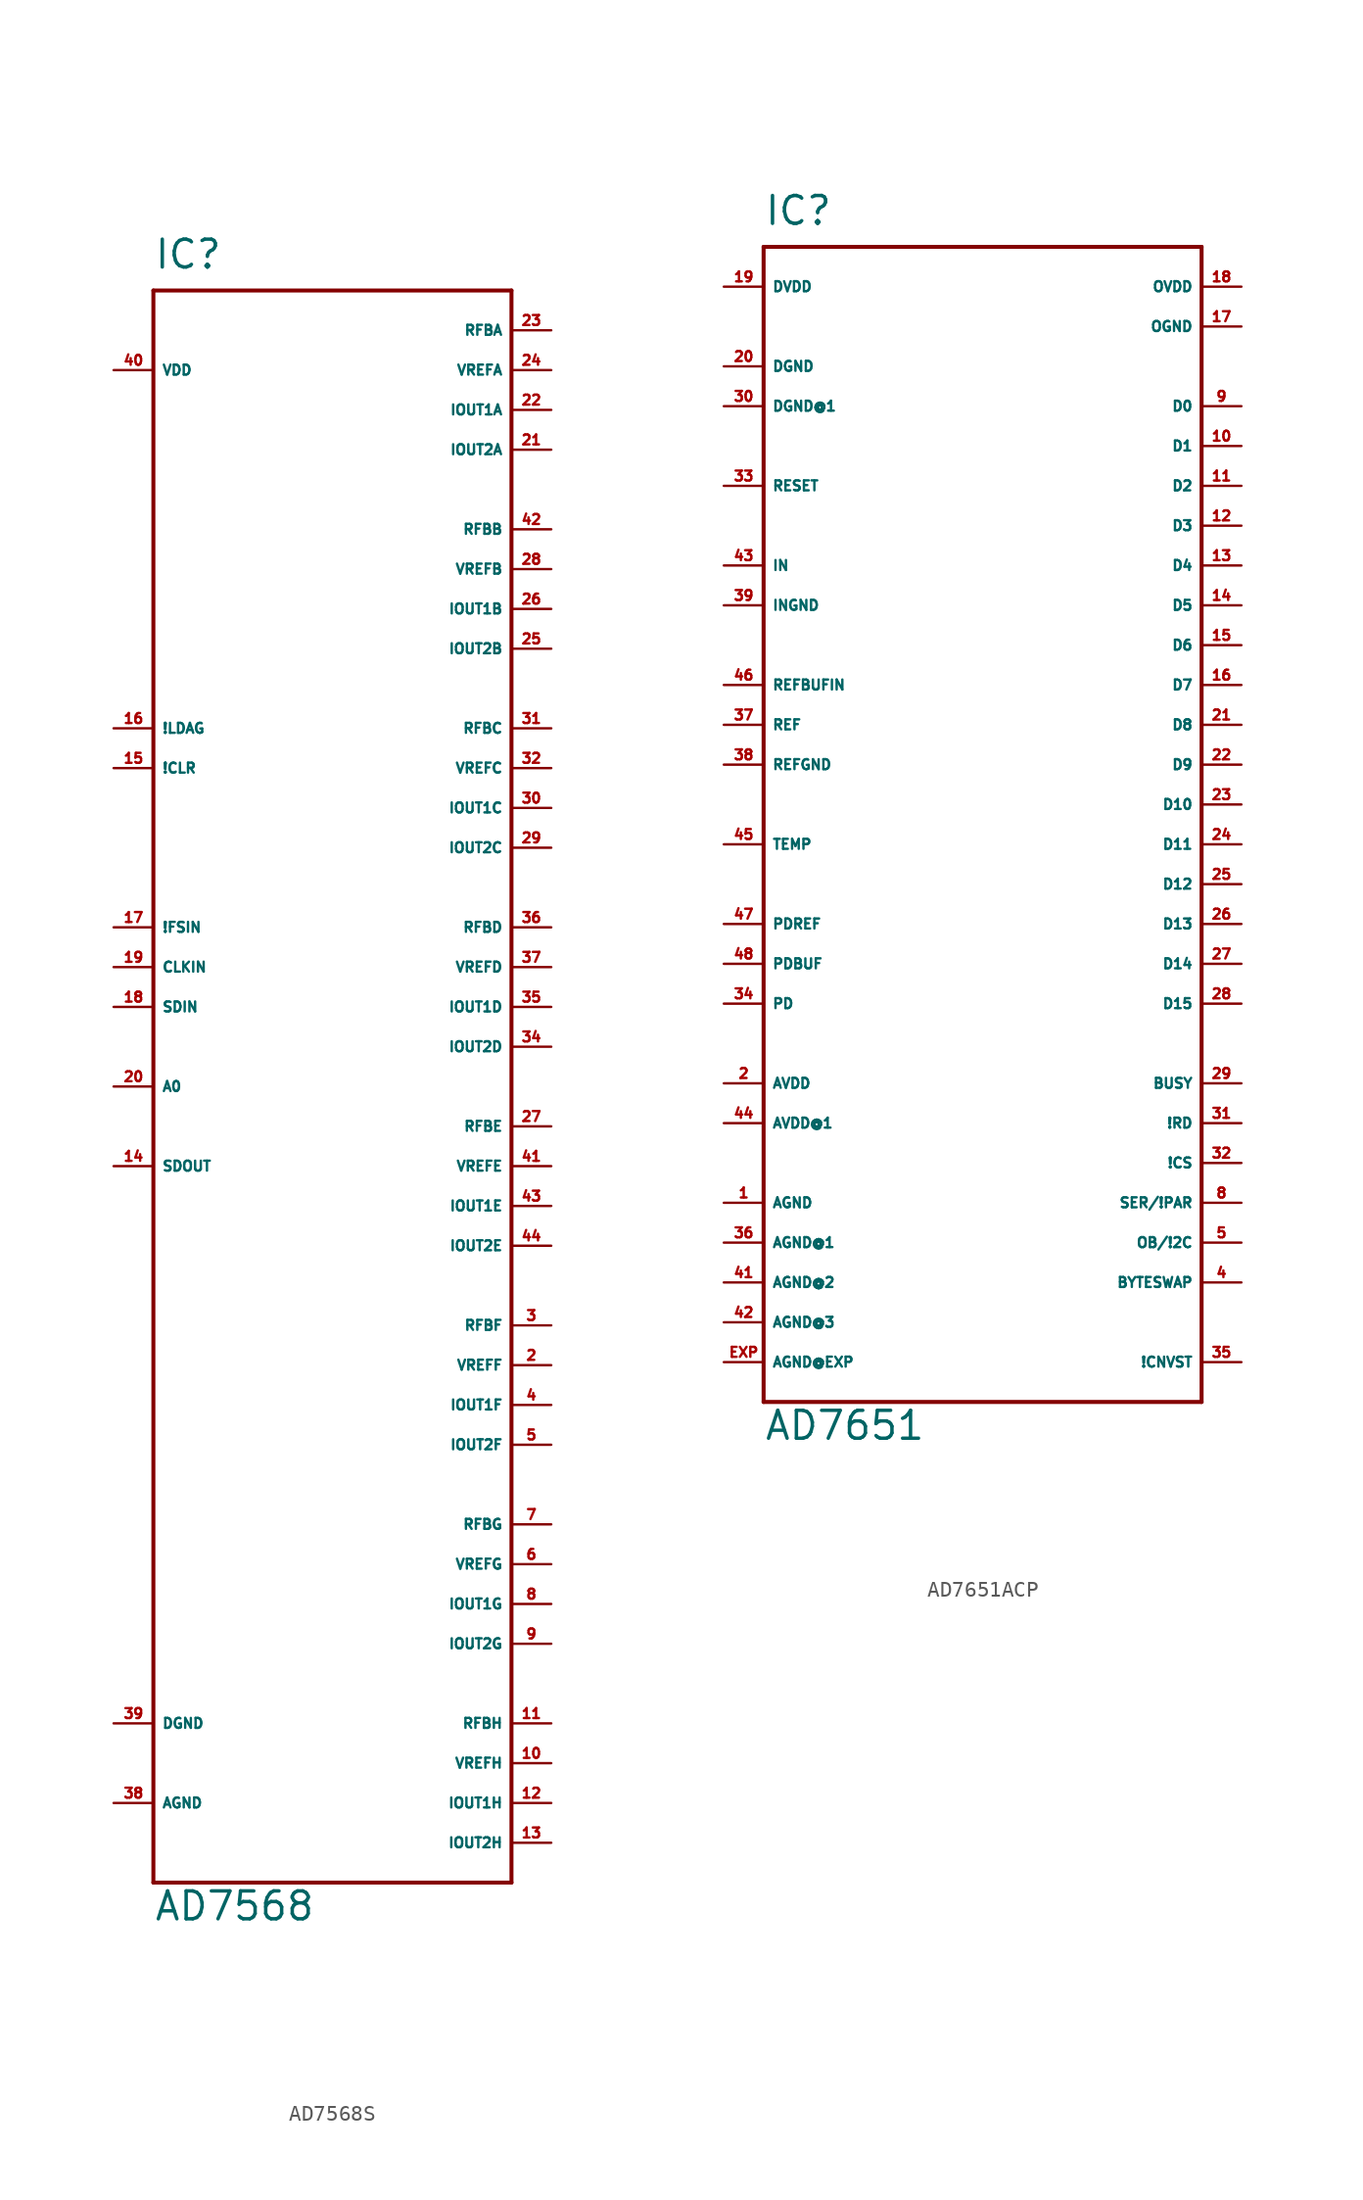
<source format=kicad_sym>
(kicad_symbol_lib
  (version 20220914)
  (generator Eagle2Kicad)
  (symbol "AD7568S"
    (property "Reference" "IC"
      (at -12.7 52.07 0)
      (effects (font (size 1.778 1.778) (thickness 0.22)) (justify left bottom)))
    (property "Value" "AD7568"
      (at -12.7 -53.34 0)
      (effects (font (size 1.778 1.778) (thickness 0.22)) (justify left bottom)))
    (polyline
      (pts (xy -12.7 50.8) (xy 10.16 50.8))
      (stroke (width 0.254) (type default))
      (fill (type none)))
    (polyline
      (pts (xy 10.16 50.8) (xy 10.16 -50.8))
      (stroke (width 0.254) (type default))
      (fill (type none)))
    (polyline
      (pts (xy 10.16 -50.8) (xy -12.7 -50.8))
      (stroke (width 0.254) (type default))
      (fill (type none)))
    (polyline
      (pts (xy -12.7 -50.8) (xy -12.7 50.8))
      (stroke (width 0.254) (type default))
      (fill (type none)))
    (pin unspecified line
      (at -15.24 45.72 0)
      (length 2.54)
      (name "VDD" (effects (font (size 0.635 0.635) (thickness 0.08)) (justify left bottom)))
      (number "40" (effects (font (size 0.635 0.635) (thickness 0.08)) (justify left bottom))))
    (pin unspecified line
      (at -15.24 -40.64 0)
      (length 2.54)
      (name "DGND" (effects (font (size 0.635 0.635) (thickness 0.08)) (justify left bottom)))
      (number "39" (effects (font (size 0.635 0.635) (thickness 0.08)) (justify left bottom))))
    (pin unspecified line
      (at -15.24 -45.72 0)
      (length 2.54)
      (name "AGND" (effects (font (size 0.635 0.635) (thickness 0.08)) (justify left bottom)))
      (number "38" (effects (font (size 0.635 0.635) (thickness 0.08)) (justify left bottom))))
    (pin input line
      (at -15.24 10.16 0)
      (length 2.54)
      (name "!FSIN" (effects (font (size 0.635 0.635) (thickness 0.08)) (justify left bottom)))
      (number "17" (effects (font (size 0.635 0.635) (thickness 0.08)) (justify left bottom))))
    (pin input line
      (at -15.24 7.62 0)
      (length 2.54)
      (name "CLKIN" (effects (font (size 0.635 0.635) (thickness 0.08)) (justify left bottom)))
      (number "19" (effects (font (size 0.635 0.635) (thickness 0.08)) (justify left bottom))))
    (pin input line
      (at -15.24 5.08 0)
      (length 2.54)
      (name "SDIN" (effects (font (size 0.635 0.635) (thickness 0.08)) (justify left bottom)))
      (number "18" (effects (font (size 0.635 0.635) (thickness 0.08)) (justify left bottom))))
    (pin input line
      (at -15.24 0 0)
      (length 2.54)
      (name "A0" (effects (font (size 0.635 0.635) (thickness 0.08)) (justify left bottom)))
      (number "20" (effects (font (size 0.635 0.635) (thickness 0.08)) (justify left bottom))))
    (pin input line
      (at -15.24 -5.08 0)
      (length 2.54)
      (name "SDOUT" (effects (font (size 0.635 0.635) (thickness 0.08)) (justify left bottom)))
      (number "14" (effects (font (size 0.635 0.635) (thickness 0.08)) (justify left bottom))))
    (pin input line
      (at -15.24 22.86 0)
      (length 2.54)
      (name "!LDAG" (effects (font (size 0.635 0.635) (thickness 0.08)) (justify left bottom)))
      (number "16" (effects (font (size 0.635 0.635) (thickness 0.08)) (justify left bottom))))
    (pin input line
      (at -15.24 20.32 0)
      (length 2.54)
      (name "!CLR" (effects (font (size 0.635 0.635) (thickness 0.08)) (justify left bottom)))
      (number "15" (effects (font (size 0.635 0.635) (thickness 0.08)) (justify left bottom))))
    (pin passive line
      (at 12.7 48.26 180)
      (length 2.54)
      (name "RFBA" (effects (font (size 0.635 0.635) (thickness 0.08)) (justify left bottom)))
      (number "23" (effects (font (size 0.635 0.635) (thickness 0.08)) (justify left bottom))))
    (pin passive line
      (at 12.7 35.56 180)
      (length 2.54)
      (name "RFBB" (effects (font (size 0.635 0.635) (thickness 0.08)) (justify left bottom)))
      (number "42" (effects (font (size 0.635 0.635) (thickness 0.08)) (justify left bottom))))
    (pin passive line
      (at 12.7 22.86 180)
      (length 2.54)
      (name "RFBC" (effects (font (size 0.635 0.635) (thickness 0.08)) (justify left bottom)))
      (number "31" (effects (font (size 0.635 0.635) (thickness 0.08)) (justify left bottom))))
    (pin passive line
      (at 12.7 10.16 180)
      (length 2.54)
      (name "RFBD" (effects (font (size 0.635 0.635) (thickness 0.08)) (justify left bottom)))
      (number "36" (effects (font (size 0.635 0.635) (thickness 0.08)) (justify left bottom))))
    (pin passive line
      (at 12.7 -2.54 180)
      (length 2.54)
      (name "RFBE" (effects (font (size 0.635 0.635) (thickness 0.08)) (justify left bottom)))
      (number "27" (effects (font (size 0.635 0.635) (thickness 0.08)) (justify left bottom))))
    (pin passive line
      (at 12.7 -15.24 180)
      (length 2.54)
      (name "RFBF" (effects (font (size 0.635 0.635) (thickness 0.08)) (justify left bottom)))
      (number "3" (effects (font (size 0.635 0.635) (thickness 0.08)) (justify left bottom))))
    (pin passive line
      (at 12.7 -27.94 180)
      (length 2.54)
      (name "RFBG" (effects (font (size 0.635 0.635) (thickness 0.08)) (justify left bottom)))
      (number "7" (effects (font (size 0.635 0.635) (thickness 0.08)) (justify left bottom))))
    (pin passive line
      (at 12.7 -40.64 180)
      (length 2.54)
      (name "RFBH" (effects (font (size 0.635 0.635) (thickness 0.08)) (justify left bottom)))
      (number "11" (effects (font (size 0.635 0.635) (thickness 0.08)) (justify left bottom))))
    (pin passive line
      (at 12.7 45.72 180)
      (length 2.54)
      (name "VREFA" (effects (font (size 0.635 0.635) (thickness 0.08)) (justify left bottom)))
      (number "24" (effects (font (size 0.635 0.635) (thickness 0.08)) (justify left bottom))))
    (pin passive line
      (at 12.7 33.02 180)
      (length 2.54)
      (name "VREFB" (effects (font (size 0.635 0.635) (thickness 0.08)) (justify left bottom)))
      (number "28" (effects (font (size 0.635 0.635) (thickness 0.08)) (justify left bottom))))
    (pin passive line
      (at 12.7 20.32 180)
      (length 2.54)
      (name "VREFC" (effects (font (size 0.635 0.635) (thickness 0.08)) (justify left bottom)))
      (number "32" (effects (font (size 0.635 0.635) (thickness 0.08)) (justify left bottom))))
    (pin passive line
      (at 12.7 7.62 180)
      (length 2.54)
      (name "VREFD" (effects (font (size 0.635 0.635) (thickness 0.08)) (justify left bottom)))
      (number "37" (effects (font (size 0.635 0.635) (thickness 0.08)) (justify left bottom))))
    (pin passive line
      (at 12.7 -5.08 180)
      (length 2.54)
      (name "VREFE" (effects (font (size 0.635 0.635) (thickness 0.08)) (justify left bottom)))
      (number "41" (effects (font (size 0.635 0.635) (thickness 0.08)) (justify left bottom))))
    (pin passive line
      (at 12.7 -17.78 180)
      (length 2.54)
      (name "VREFF" (effects (font (size 0.635 0.635) (thickness 0.08)) (justify left bottom)))
      (number "2" (effects (font (size 0.635 0.635) (thickness 0.08)) (justify left bottom))))
    (pin passive line
      (at 12.7 -30.48 180)
      (length 2.54)
      (name "VREFG" (effects (font (size 0.635 0.635) (thickness 0.08)) (justify left bottom)))
      (number "6" (effects (font (size 0.635 0.635) (thickness 0.08)) (justify left bottom))))
    (pin passive line
      (at 12.7 -43.18 180)
      (length 2.54)
      (name "VREFH" (effects (font (size 0.635 0.635) (thickness 0.08)) (justify left bottom)))
      (number "10" (effects (font (size 0.635 0.635) (thickness 0.08)) (justify left bottom))))
    (pin passive line
      (at 12.7 43.18 180)
      (length 2.54)
      (name "IOUT1A" (effects (font (size 0.635 0.635) (thickness 0.08)) (justify left bottom)))
      (number "22" (effects (font (size 0.635 0.635) (thickness 0.08)) (justify left bottom))))
    (pin passive line
      (at 12.7 40.64 180)
      (length 2.54)
      (name "IOUT2A" (effects (font (size 0.635 0.635) (thickness 0.08)) (justify left bottom)))
      (number "21" (effects (font (size 0.635 0.635) (thickness 0.08)) (justify left bottom))))
    (pin passive line
      (at 12.7 30.48 180)
      (length 2.54)
      (name "IOUT1B" (effects (font (size 0.635 0.635) (thickness 0.08)) (justify left bottom)))
      (number "26" (effects (font (size 0.635 0.635) (thickness 0.08)) (justify left bottom))))
    (pin passive line
      (at 12.7 27.94 180)
      (length 2.54)
      (name "IOUT2B" (effects (font (size 0.635 0.635) (thickness 0.08)) (justify left bottom)))
      (number "25" (effects (font (size 0.635 0.635) (thickness 0.08)) (justify left bottom))))
    (pin passive line
      (at 12.7 17.78 180)
      (length 2.54)
      (name "IOUT1C" (effects (font (size 0.635 0.635) (thickness 0.08)) (justify left bottom)))
      (number "30" (effects (font (size 0.635 0.635) (thickness 0.08)) (justify left bottom))))
    (pin passive line
      (at 12.7 15.24 180)
      (length 2.54)
      (name "IOUT2C" (effects (font (size 0.635 0.635) (thickness 0.08)) (justify left bottom)))
      (number "29" (effects (font (size 0.635 0.635) (thickness 0.08)) (justify left bottom))))
    (pin passive line
      (at 12.7 5.08 180)
      (length 2.54)
      (name "IOUT1D" (effects (font (size 0.635 0.635) (thickness 0.08)) (justify left bottom)))
      (number "35" (effects (font (size 0.635 0.635) (thickness 0.08)) (justify left bottom))))
    (pin passive line
      (at 12.7 2.54 180)
      (length 2.54)
      (name "IOUT2D" (effects (font (size 0.635 0.635) (thickness 0.08)) (justify left bottom)))
      (number "34" (effects (font (size 0.635 0.635) (thickness 0.08)) (justify left bottom))))
    (pin passive line
      (at 12.7 -7.62 180)
      (length 2.54)
      (name "IOUT1E" (effects (font (size 0.635 0.635) (thickness 0.08)) (justify left bottom)))
      (number "43" (effects (font (size 0.635 0.635) (thickness 0.08)) (justify left bottom))))
    (pin passive line
      (at 12.7 -10.16 180)
      (length 2.54)
      (name "IOUT2E" (effects (font (size 0.635 0.635) (thickness 0.08)) (justify left bottom)))
      (number "44" (effects (font (size 0.635 0.635) (thickness 0.08)) (justify left bottom))))
    (pin passive line
      (at 12.7 -20.32 180)
      (length 2.54)
      (name "IOUT1F" (effects (font (size 0.635 0.635) (thickness 0.08)) (justify left bottom)))
      (number "4" (effects (font (size 0.635 0.635) (thickness 0.08)) (justify left bottom))))
    (pin passive line
      (at 12.7 -22.86 180)
      (length 2.54)
      (name "IOUT2F" (effects (font (size 0.635 0.635) (thickness 0.08)) (justify left bottom)))
      (number "5" (effects (font (size 0.635 0.635) (thickness 0.08)) (justify left bottom))))
    (pin passive line
      (at 12.7 -33.02 180)
      (length 2.54)
      (name "IOUT1G" (effects (font (size 0.635 0.635) (thickness 0.08)) (justify left bottom)))
      (number "8" (effects (font (size 0.635 0.635) (thickness 0.08)) (justify left bottom))))
    (pin passive line
      (at 12.7 -35.56 180)
      (length 2.54)
      (name "IOUT2G" (effects (font (size 0.635 0.635) (thickness 0.08)) (justify left bottom)))
      (number "9" (effects (font (size 0.635 0.635) (thickness 0.08)) (justify left bottom))))
    (pin passive line
      (at 12.7 -45.72 180)
      (length 2.54)
      (name "IOUT1H" (effects (font (size 0.635 0.635) (thickness 0.08)) (justify left bottom)))
      (number "12" (effects (font (size 0.635 0.635) (thickness 0.08)) (justify left bottom))))
    (pin passive line
      (at 12.7 -48.26 180)
      (length 2.54)
      (name "IOUT2H" (effects (font (size 0.635 0.635) (thickness 0.08)) (justify left bottom)))
      (number "13" (effects (font (size 0.635 0.635) (thickness 0.08)) (justify left bottom)))))
  (symbol "AD7651ACP"
    (property "Reference" "IC"
      (at -15.24 34.29 0)
      (effects (font (size 1.778 1.778) (thickness 0.22)) (justify left bottom)))
    (property "Value" "AD7651"
      (at -15.24 -43.18 0)
      (effects (font (size 1.778 1.778) (thickness 0.22)) (justify left bottom)))
    (polyline
      (pts (xy -15.24 33.02) (xy 12.7 33.02))
      (stroke (width 0.254) (type default))
      (fill (type none)))
    (polyline
      (pts (xy 12.7 33.02) (xy 12.7 -40.64))
      (stroke (width 0.254) (type default))
      (fill (type none)))
    (polyline
      (pts (xy 12.7 -40.64) (xy -15.24 -40.64))
      (stroke (width 0.254) (type default))
      (fill (type none)))
    (polyline
      (pts (xy -15.24 -40.64) (xy -15.24 33.02))
      (stroke (width 0.254) (type default))
      (fill (type none)))
    (pin input line
      (at -17.78 -27.94 0)
      (length 2.54)
      (name "AGND" (effects (font (size 0.635 0.635) (thickness 0.08)) (justify left bottom)))
      (number "1" (effects (font (size 0.635 0.635) (thickness 0.08)) (justify left bottom))))
    (pin input line
      (at -17.78 -20.32 0)
      (length 2.54)
      (name "AVDD" (effects (font (size 0.635 0.635) (thickness 0.08)) (justify left bottom)))
      (number "2" (effects (font (size 0.635 0.635) (thickness 0.08)) (justify left bottom))))
    (pin input line
      (at -17.78 12.7 0)
      (length 2.54)
      (name "IN" (effects (font (size 0.635 0.635) (thickness 0.08)) (justify left bottom)))
      (number "43" (effects (font (size 0.635 0.635) (thickness 0.08)) (justify left bottom))))
    (pin input line
      (at -17.78 10.16 0)
      (length 2.54)
      (name "INGND" (effects (font (size 0.635 0.635) (thickness 0.08)) (justify left bottom)))
      (number "39" (effects (font (size 0.635 0.635) (thickness 0.08)) (justify left bottom))))
    (pin input line
      (at -17.78 -10.16 0)
      (length 2.54)
      (name "PDREF" (effects (font (size 0.635 0.635) (thickness 0.08)) (justify left bottom)))
      (number "47" (effects (font (size 0.635 0.635) (thickness 0.08)) (justify left bottom))))
    (pin input line
      (at -17.78 -12.7 0)
      (length 2.54)
      (name "PDBUF" (effects (font (size 0.635 0.635) (thickness 0.08)) (justify left bottom)))
      (number "48" (effects (font (size 0.635 0.635) (thickness 0.08)) (justify left bottom))))
    (pin input line
      (at -17.78 -15.24 0)
      (length 2.54)
      (name "PD" (effects (font (size 0.635 0.635) (thickness 0.08)) (justify left bottom)))
      (number "34" (effects (font (size 0.635 0.635) (thickness 0.08)) (justify left bottom))))
    (pin input line
      (at -17.78 17.78 0)
      (length 2.54)
      (name "RESET" (effects (font (size 0.635 0.635) (thickness 0.08)) (justify left bottom)))
      (number "33" (effects (font (size 0.635 0.635) (thickness 0.08)) (justify left bottom))))
    (pin input line
      (at 15.24 30.48 180)
      (length 2.54)
      (name "OVDD" (effects (font (size 0.635 0.635) (thickness 0.08)) (justify left bottom)))
      (number "18" (effects (font (size 0.635 0.635) (thickness 0.08)) (justify left bottom))))
    (pin input line
      (at 15.24 27.94 180)
      (length 2.54)
      (name "OGND" (effects (font (size 0.635 0.635) (thickness 0.08)) (justify left bottom)))
      (number "17" (effects (font (size 0.635 0.635) (thickness 0.08)) (justify left bottom))))
    (pin input line
      (at -17.78 30.48 0)
      (length 2.54)
      (name "DVDD" (effects (font (size 0.635 0.635) (thickness 0.08)) (justify left bottom)))
      (number "19" (effects (font (size 0.635 0.635) (thickness 0.08)) (justify left bottom))))
    (pin input line
      (at -17.78 25.4 0)
      (length 2.54)
      (name "DGND" (effects (font (size 0.635 0.635) (thickness 0.08)) (justify left bottom)))
      (number "20" (effects (font (size 0.635 0.635) (thickness 0.08)) (justify left bottom))))
    (pin input line
      (at 15.24 -22.86 180)
      (length 2.54)
      (name "!RD" (effects (font (size 0.635 0.635) (thickness 0.08)) (justify left bottom)))
      (number "31" (effects (font (size 0.635 0.635) (thickness 0.08)) (justify left bottom))))
    (pin input line
      (at 15.24 -25.4 180)
      (length 2.54)
      (name "!CS" (effects (font (size 0.635 0.635) (thickness 0.08)) (justify left bottom)))
      (number "32" (effects (font (size 0.635 0.635) (thickness 0.08)) (justify left bottom))))
    (pin input line
      (at 15.24 -20.32 180)
      (length 2.54)
      (name "BUSY" (effects (font (size 0.635 0.635) (thickness 0.08)) (justify left bottom)))
      (number "29" (effects (font (size 0.635 0.635) (thickness 0.08)) (justify left bottom))))
    (pin input line
      (at 15.24 22.86 180)
      (length 2.54)
      (name "D0" (effects (font (size 0.635 0.635) (thickness 0.08)) (justify left bottom)))
      (number "9" (effects (font (size 0.635 0.635) (thickness 0.08)) (justify left bottom))))
    (pin input line
      (at 15.24 20.32 180)
      (length 2.54)
      (name "D1" (effects (font (size 0.635 0.635) (thickness 0.08)) (justify left bottom)))
      (number "10" (effects (font (size 0.635 0.635) (thickness 0.08)) (justify left bottom))))
    (pin input line
      (at 15.24 17.78 180)
      (length 2.54)
      (name "D2" (effects (font (size 0.635 0.635) (thickness 0.08)) (justify left bottom)))
      (number "11" (effects (font (size 0.635 0.635) (thickness 0.08)) (justify left bottom))))
    (pin input line
      (at 15.24 15.24 180)
      (length 2.54)
      (name "D3" (effects (font (size 0.635 0.635) (thickness 0.08)) (justify left bottom)))
      (number "12" (effects (font (size 0.635 0.635) (thickness 0.08)) (justify left bottom))))
    (pin input line
      (at 15.24 12.7 180)
      (length 2.54)
      (name "D4" (effects (font (size 0.635 0.635) (thickness 0.08)) (justify left bottom)))
      (number "13" (effects (font (size 0.635 0.635) (thickness 0.08)) (justify left bottom))))
    (pin input line
      (at 15.24 10.16 180)
      (length 2.54)
      (name "D5" (effects (font (size 0.635 0.635) (thickness 0.08)) (justify left bottom)))
      (number "14" (effects (font (size 0.635 0.635) (thickness 0.08)) (justify left bottom))))
    (pin input line
      (at 15.24 7.62 180)
      (length 2.54)
      (name "D6" (effects (font (size 0.635 0.635) (thickness 0.08)) (justify left bottom)))
      (number "15" (effects (font (size 0.635 0.635) (thickness 0.08)) (justify left bottom))))
    (pin input line
      (at 15.24 5.08 180)
      (length 2.54)
      (name "D7" (effects (font (size 0.635 0.635) (thickness 0.08)) (justify left bottom)))
      (number "16" (effects (font (size 0.635 0.635) (thickness 0.08)) (justify left bottom))))
    (pin input line
      (at 15.24 2.54 180)
      (length 2.54)
      (name "D8" (effects (font (size 0.635 0.635) (thickness 0.08)) (justify left bottom)))
      (number "21" (effects (font (size 0.635 0.635) (thickness 0.08)) (justify left bottom))))
    (pin input line
      (at 15.24 0 180)
      (length 2.54)
      (name "D9" (effects (font (size 0.635 0.635) (thickness 0.08)) (justify left bottom)))
      (number "22" (effects (font (size 0.635 0.635) (thickness 0.08)) (justify left bottom))))
    (pin input line
      (at 15.24 -2.54 180)
      (length 2.54)
      (name "D10" (effects (font (size 0.635 0.635) (thickness 0.08)) (justify left bottom)))
      (number "23" (effects (font (size 0.635 0.635) (thickness 0.08)) (justify left bottom))))
    (pin input line
      (at 15.24 -5.08 180)
      (length 2.54)
      (name "D11" (effects (font (size 0.635 0.635) (thickness 0.08)) (justify left bottom)))
      (number "24" (effects (font (size 0.635 0.635) (thickness 0.08)) (justify left bottom))))
    (pin input line
      (at 15.24 -7.62 180)
      (length 2.54)
      (name "D12" (effects (font (size 0.635 0.635) (thickness 0.08)) (justify left bottom)))
      (number "25" (effects (font (size 0.635 0.635) (thickness 0.08)) (justify left bottom))))
    (pin input line
      (at 15.24 -10.16 180)
      (length 2.54)
      (name "D13" (effects (font (size 0.635 0.635) (thickness 0.08)) (justify left bottom)))
      (number "26" (effects (font (size 0.635 0.635) (thickness 0.08)) (justify left bottom))))
    (pin input line
      (at 15.24 -12.7 180)
      (length 2.54)
      (name "D14" (effects (font (size 0.635 0.635) (thickness 0.08)) (justify left bottom)))
      (number "27" (effects (font (size 0.635 0.635) (thickness 0.08)) (justify left bottom))))
    (pin input line
      (at 15.24 -15.24 180)
      (length 2.54)
      (name "D15" (effects (font (size 0.635 0.635) (thickness 0.08)) (justify left bottom)))
      (number "28" (effects (font (size 0.635 0.635) (thickness 0.08)) (justify left bottom))))
    (pin input line
      (at 15.24 -30.48 180)
      (length 2.54)
      (name "OB/!2C" (effects (font (size 0.635 0.635) (thickness 0.08)) (justify left bottom)))
      (number "5" (effects (font (size 0.635 0.635) (thickness 0.08)) (justify left bottom))))
    (pin input line
      (at 15.24 -33.02 180)
      (length 2.54)
      (name "BYTESWAP" (effects (font (size 0.635 0.635) (thickness 0.08)) (justify left bottom)))
      (number "4" (effects (font (size 0.635 0.635) (thickness 0.08)) (justify left bottom))))
    (pin input line
      (at 15.24 -38.1 180)
      (length 2.54)
      (name "!CNVST" (effects (font (size 0.635 0.635) (thickness 0.08)) (justify left bottom)))
      (number "35" (effects (font (size 0.635 0.635) (thickness 0.08)) (justify left bottom))))
    (pin input line
      (at -17.78 5.08 0)
      (length 2.54)
      (name "REFBUFIN" (effects (font (size 0.635 0.635) (thickness 0.08)) (justify left bottom)))
      (number "46" (effects (font (size 0.635 0.635) (thickness 0.08)) (justify left bottom))))
    (pin input line
      (at -17.78 2.54 0)
      (length 2.54)
      (name "REF" (effects (font (size 0.635 0.635) (thickness 0.08)) (justify left bottom)))
      (number "37" (effects (font (size 0.635 0.635) (thickness 0.08)) (justify left bottom))))
    (pin input line
      (at -17.78 0 0)
      (length 2.54)
      (name "REFGND" (effects (font (size 0.635 0.635) (thickness 0.08)) (justify left bottom)))
      (number "38" (effects (font (size 0.635 0.635) (thickness 0.08)) (justify left bottom))))
    (pin input line
      (at 15.24 -27.94 180)
      (length 2.54)
      (name "SER/!PAR" (effects (font (size 0.635 0.635) (thickness 0.08)) (justify left bottom)))
      (number "8" (effects (font (size 0.635 0.635) (thickness 0.08)) (justify left bottom))))
    (pin input line
      (at -17.78 -38.1 0)
      (length 2.54)
      (name "AGND@EXP" (effects (font (size 0.635 0.635) (thickness 0.08)) (justify left bottom)))
      (number "EXP" (effects (font (size 0.635 0.635) (thickness 0.08)) (justify left bottom))))
    (pin input line
      (at -17.78 -30.48 0)
      (length 2.54)
      (name "AGND@1" (effects (font (size 0.635 0.635) (thickness 0.08)) (justify left bottom)))
      (number "36" (effects (font (size 0.635 0.635) (thickness 0.08)) (justify left bottom))))
    (pin input line
      (at -17.78 -33.02 0)
      (length 2.54)
      (name "AGND@2" (effects (font (size 0.635 0.635) (thickness 0.08)) (justify left bottom)))
      (number "41" (effects (font (size 0.635 0.635) (thickness 0.08)) (justify left bottom))))
    (pin input line
      (at -17.78 -35.56 0)
      (length 2.54)
      (name "AGND@3" (effects (font (size 0.635 0.635) (thickness 0.08)) (justify left bottom)))
      (number "42" (effects (font (size 0.635 0.635) (thickness 0.08)) (justify left bottom))))
    (pin input line
      (at -17.78 22.86 0)
      (length 2.54)
      (name "DGND@1" (effects (font (size 0.635 0.635) (thickness 0.08)) (justify left bottom)))
      (number "30" (effects (font (size 0.635 0.635) (thickness 0.08)) (justify left bottom))))
    (pin input line
      (at -17.78 -22.86 0)
      (length 2.54)
      (name "AVDD@1" (effects (font (size 0.635 0.635) (thickness 0.08)) (justify left bottom)))
      (number "44" (effects (font (size 0.635 0.635) (thickness 0.08)) (justify left bottom))))
    (pin input line
      (at -17.78 -5.08 0)
      (length 2.54)
      (name "TEMP" (effects (font (size 0.635 0.635) (thickness 0.08)) (justify left bottom)))
      (number "45" (effects (font (size 0.635 0.635) (thickness 0.08)) (justify left bottom))))))
</source>
